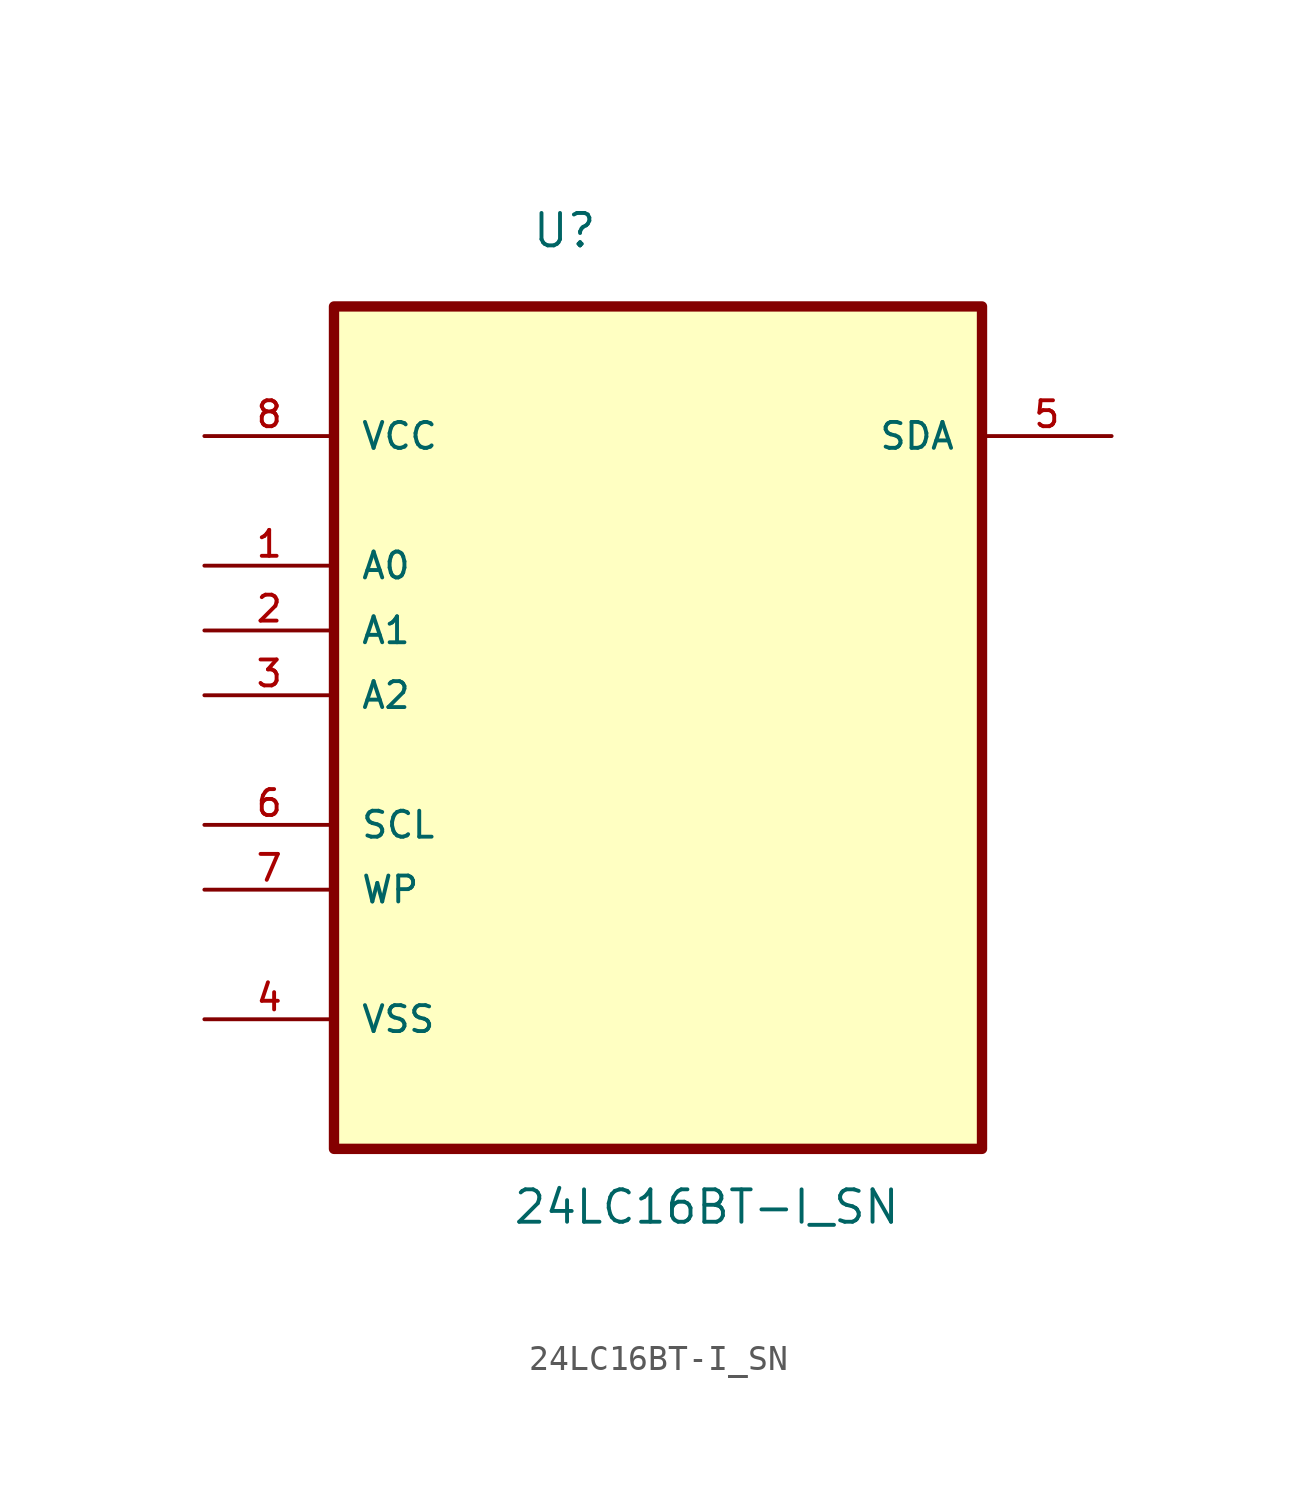
<source format=kicad_sym>
(kicad_symbol_lib
  (version 20211014)
  (generator kicad_symbol_editor)
  (symbol "24LC16BT-I_SN"
    (pin_names
      (offset 1.016))
    (property "Reference" "U"
      (at -4.969 14.931 0.0)
      (effects (font (size 1.27 1.27)) (justify bottom left)))
    (property "Value" "24LC16BT-I_SN"
      (at -5.721 -23.34 0.0)
      (effects (font (size 1.27 1.27)) (justify bottom left)))
    (symbol "24LC16BT-I_SN_0_0"
      (rectangle (start -12.7 -20.32) (end 12.7 12.7) (stroke (width 0.406)) (fill (type background)))
      (pin power_in line (at -17.78 7.62 0) (length 5.08) (name "VCC" (effects (font (size 1.016 1.016)))) (number "8" (effects (font (size 1.016 1.016)))))
      (pin input line (at -17.78 2.54 0) (length 5.08) (name "A0" (effects (font (size 1.016 1.016)))) (number "1" (effects (font (size 1.016 1.016)))))
      (pin input line (at -17.78 0.0 0) (length 5.08) (name "A1" (effects (font (size 1.016 1.016)))) (number "2" (effects (font (size 1.016 1.016)))))
      (pin input line (at -17.78 -2.54 0) (length 5.08) (name "A2" (effects (font (size 1.016 1.016)))) (number "3" (effects (font (size 1.016 1.016)))))
      (pin input line (at -17.78 -7.62 0) (length 5.08) (name "SCL" (effects (font (size 1.016 1.016)))) (number "6" (effects (font (size 1.016 1.016)))))
      (pin input line (at -17.78 -10.16 0) (length 5.08) (name "WP" (effects (font (size 1.016 1.016)))) (number "7" (effects (font (size 1.016 1.016)))))
      (pin passive line (at -17.78 -15.24 0) (length 5.08) (name "VSS" (effects (font (size 1.016 1.016)))) (number "4" (effects (font (size 1.016 1.016)))))
      (pin bidirectional line (at 17.78 7.62 180.0) (length 5.08) (name "SDA" (effects (font (size 1.016 1.016)))) (number "5" (effects (font (size 1.016 1.016))))))))
</source>
